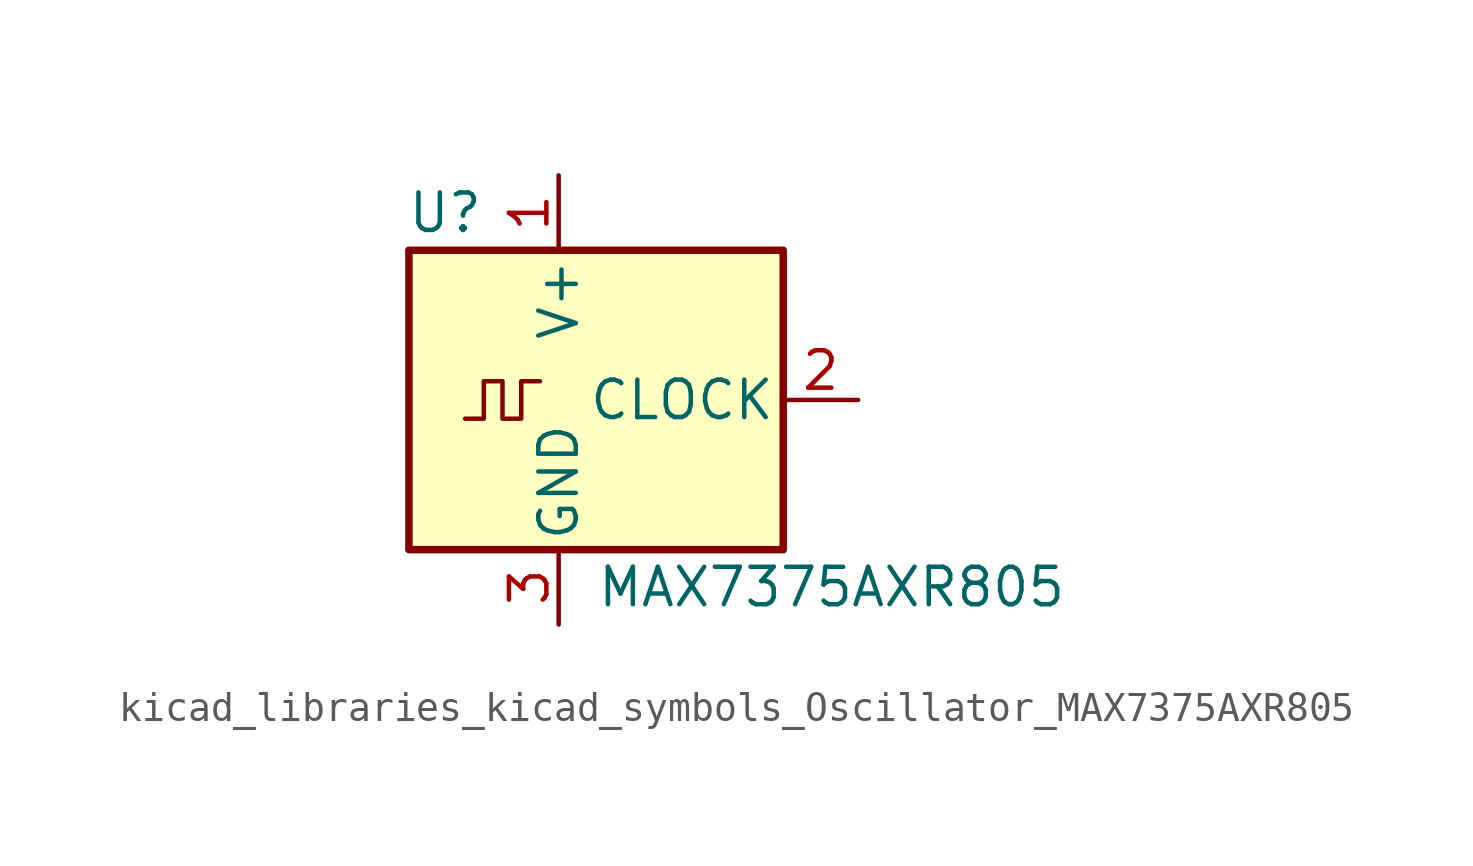
<source format=kicad_sym>
(kicad_symbol_lib
  (version 20220914)
  (generator kicad_symbol_editor)
  (symbol "kicad_libraries_kicad_symbols_Oscillator_MAX7375AXR805"
    (pin_names
      (offset 0.254))
    (property "Reference" "U"
      (at -2.54 6.35 0)
      (effects (font (size 1.27 1.27)) (justify right)))
    (property "Value" "MAX7375AXR805"
      (at 1.27 -6.35 0)
      (effects (font (size 1.27 1.27)) (justify left)))
    (symbol "kicad_libraries_kicad_symbols_Oscillator_MAX7375AXR805_0_1"
      (rectangle (start -5.08 5.08) (end 7.62 -5.08) (stroke (width 0.254) (type default)) (fill (type background)))
      (polyline (pts (xy -3.175 -0.635) (xy -2.54 -0.635) (xy -2.54 0.635) (xy -1.905 0.635) (xy -1.905 -0.635) (xy -1.27 -0.635) (xy -1.27 0.635) (xy -0.635 0.635)) (stroke (width 0) (type default)) (fill (type none))))
    (symbol "kicad_libraries_kicad_symbols_Oscillator_MAX7375AXR805_1_1"
      (pin power_in line (at 0 7.62 270) (length 2.54) (name "V+" (effects (font (size 1.27 1.27)))) (number "1" (effects (font (size 1.27 1.27)))))
      (pin output line (at 10.16 0 180) (length 2.54) (name "CLOCK" (effects (font (size 1.27 1.27)))) (number "2" (effects (font (size 1.27 1.27)))))
      (pin power_in line (at 0 -7.62 90) (length 2.54) (name "GND" (effects (font (size 1.27 1.27)))) (number "3" (effects (font (size 1.27 1.27))))))))
</source>
